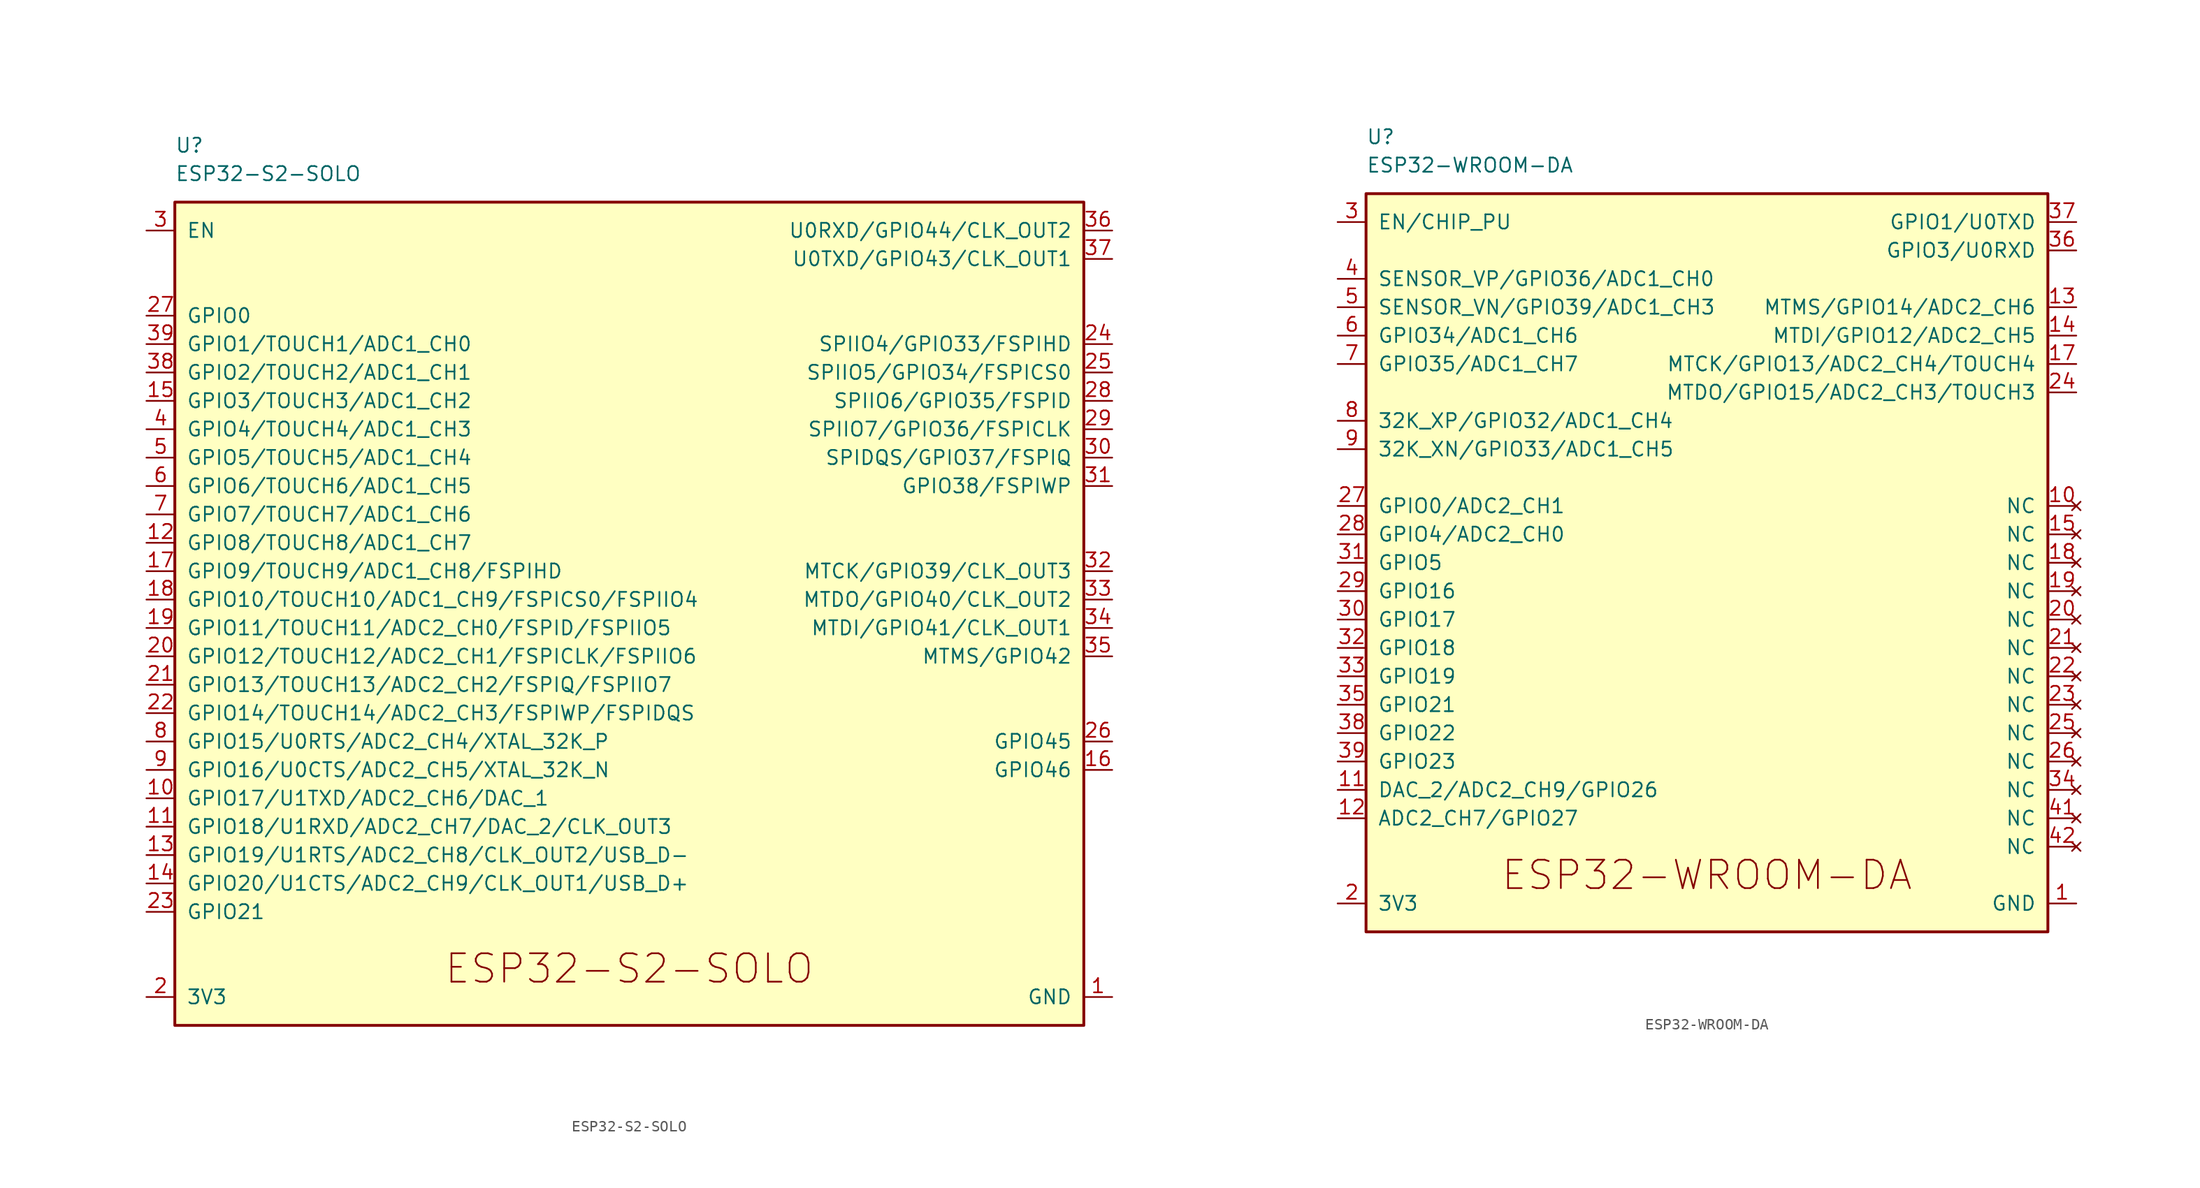
<source format=kicad_sym>
(kicad_symbol_lib
  (version 20231120)
  (generator "kicad_symbol_editor")
  (generator_version "8.0")
  (symbol "ESP32-S2-SOLO"
    (pin_names
      (offset 1.016))
    (property "Reference" "U"
      (at -40.64 45.72 0)
      (effects (font (size 1.27 1.27)) (justify left)))
    (property "Value" "ESP32-S2-SOLO"
      (at -40.64 43.18 0)
      (effects (font (size 1.27 1.27)) (justify left)))
    (symbol "ESP32-S2-SOLO_0_1"
      (rectangle (start -40.64 40.64) (end 40.64 -33.02) (stroke (width 0.254) (type default)) (fill (type background))))
    (symbol "ESP32-S2-SOLO_1_1"
      (text "ESP32-S2-SOLO" (at 0 -27.94 0) (effects (font (size 2.54 2.54))))
      (pin power_in line (at 43.18 -30.48 180) (length 2.54) (name "GND" (effects (font (size 1.27 1.27)))) (number "1" (effects (font (size 1.27 1.27)))))
      (pin bidirectional line (at -43.18 -12.7 0) (length 2.54) (name "GPIO17/U1TXD/ADC2_CH6/DAC_1" (effects (font (size 1.27 1.27)))) (number "10" (effects (font (size 1.27 1.27)))))
      (pin bidirectional line (at -43.18 -15.24 0) (length 2.54) (name "GPIO18/U1RXD/ADC2_CH7/DAC_2/CLK_OUT3" (effects (font (size 1.27 1.27)))) (number "11" (effects (font (size 1.27 1.27)))))
      (pin bidirectional line (at -43.18 10.16 0) (length 2.54) (name "GPIO8/TOUCH8/ADC1_CH7" (effects (font (size 1.27 1.27)))) (number "12" (effects (font (size 1.27 1.27)))))
      (pin bidirectional line (at -43.18 -17.78 0) (length 2.54) (name "GPIO19/U1RTS/ADC2_CH8/CLK_OUT2/USB_D-" (effects (font (size 1.27 1.27)))) (number "13" (effects (font (size 1.27 1.27)))))
      (pin bidirectional line (at -43.18 -20.32 0) (length 2.54) (name "GPIO20/U1CTS/ADC2_CH9/CLK_OUT1/USB_D+" (effects (font (size 1.27 1.27)))) (number "14" (effects (font (size 1.27 1.27)))))
      (pin bidirectional line (at -43.18 22.86 0) (length 2.54) (name "GPIO3/TOUCH3/ADC1_CH2" (effects (font (size 1.27 1.27)))) (number "15" (effects (font (size 1.27 1.27)))))
      (pin input line (at 43.18 -10.16 180) (length 2.54) (name "GPIO46" (effects (font (size 1.27 1.27)))) (number "16" (effects (font (size 1.27 1.27)))))
      (pin bidirectional line (at -43.18 7.62 0) (length 2.54) (name "GPIO9/TOUCH9/ADC1_CH8/FSPIHD" (effects (font (size 1.27 1.27)))) (number "17" (effects (font (size 1.27 1.27)))))
      (pin bidirectional line (at -43.18 5.08 0) (length 2.54) (name "GPIO10/TOUCH10/ADC1_CH9/FSPICS0/FSPIIO4" (effects (font (size 1.27 1.27)))) (number "18" (effects (font (size 1.27 1.27)))))
      (pin bidirectional line (at -43.18 2.54 0) (length 2.54) (name "GPIO11/TOUCH11/ADC2_CH0/FSPID/FSPIIO5" (effects (font (size 1.27 1.27)))) (number "19" (effects (font (size 1.27 1.27)))))
      (pin power_in line (at -43.18 -30.48 0) (length 2.54) (name "3V3" (effects (font (size 1.27 1.27)))) (number "2" (effects (font (size 1.27 1.27)))))
      (pin bidirectional line (at -43.18 0 0) (length 2.54) (name "GPIO12/TOUCH12/ADC2_CH1/FSPICLK/FSPIIO6" (effects (font (size 1.27 1.27)))) (number "20" (effects (font (size 1.27 1.27)))))
      (pin bidirectional line (at -43.18 -2.54 0) (length 2.54) (name "GPIO13/TOUCH13/ADC2_CH2/FSPIQ/FSPIIO7" (effects (font (size 1.27 1.27)))) (number "21" (effects (font (size 1.27 1.27)))))
      (pin bidirectional line (at -43.18 -5.08 0) (length 2.54) (name "GPIO14/TOUCH14/ADC2_CH3/FSPIWP/FSPIDQS" (effects (font (size 1.27 1.27)))) (number "22" (effects (font (size 1.27 1.27)))))
      (pin bidirectional line (at -43.18 -22.86 0) (length 2.54) (name "GPIO21" (effects (font (size 1.27 1.27)))) (number "23" (effects (font (size 1.27 1.27)))))
      (pin bidirectional line (at 43.18 27.94 180) (length 2.54) (name "SPIIO4/GPIO33/FSPIHD" (effects (font (size 1.27 1.27)))) (number "24" (effects (font (size 1.27 1.27)))))
      (pin bidirectional line (at 43.18 25.4 180) (length 2.54) (name "SPIIO5/GPIO34/FSPICS0" (effects (font (size 1.27 1.27)))) (number "25" (effects (font (size 1.27 1.27)))))
      (pin bidirectional line (at 43.18 -7.62 180) (length 2.54) (name "GPIO45" (effects (font (size 1.27 1.27)))) (number "26" (effects (font (size 1.27 1.27)))))
      (pin bidirectional line (at -43.18 30.48 0) (length 2.54) (name "GPIO0" (effects (font (size 1.27 1.27)))) (number "27" (effects (font (size 1.27 1.27)))))
      (pin bidirectional line (at 43.18 22.86 180) (length 2.54) (name "SPIIO6/GPIO35/FSPID" (effects (font (size 1.27 1.27)))) (number "28" (effects (font (size 1.27 1.27)))))
      (pin bidirectional line (at 43.18 20.32 180) (length 2.54) (name "SPIIO7/GPIO36/FSPICLK" (effects (font (size 1.27 1.27)))) (number "29" (effects (font (size 1.27 1.27)))))
      (pin bidirectional line (at -43.18 38.1 0) (length 2.54) (name "EN" (effects (font (size 1.27 1.27)))) (number "3" (effects (font (size 1.27 1.27)))))
      (pin bidirectional line (at 43.18 17.78 180) (length 2.54) (name "SPIDQS/GPIO37/FSPIQ" (effects (font (size 1.27 1.27)))) (number "30" (effects (font (size 1.27 1.27)))))
      (pin bidirectional line (at 43.18 15.24 180) (length 2.54) (name "GPIO38/FSPIWP" (effects (font (size 1.27 1.27)))) (number "31" (effects (font (size 1.27 1.27)))))
      (pin bidirectional line (at 43.18 7.62 180) (length 2.54) (name "MTCK/GPIO39/CLK_OUT3" (effects (font (size 1.27 1.27)))) (number "32" (effects (font (size 1.27 1.27)))))
      (pin bidirectional line (at 43.18 5.08 180) (length 2.54) (name "MTDO/GPIO40/CLK_OUT2" (effects (font (size 1.27 1.27)))) (number "33" (effects (font (size 1.27 1.27)))))
      (pin bidirectional line (at 43.18 2.54 180) (length 2.54) (name "MTDI/GPIO41/CLK_OUT1" (effects (font (size 1.27 1.27)))) (number "34" (effects (font (size 1.27 1.27)))))
      (pin bidirectional line (at 43.18 0 180) (length 2.54) (name "MTMS/GPIO42" (effects (font (size 1.27 1.27)))) (number "35" (effects (font (size 1.27 1.27)))))
      (pin bidirectional line (at 43.18 38.1 180) (length 2.54) (name "U0RXD/GPIO44/CLK_OUT2" (effects (font (size 1.27 1.27)))) (number "36" (effects (font (size 1.27 1.27)))))
      (pin bidirectional line (at 43.18 35.56 180) (length 2.54) (name "U0TXD/GPIO43/CLK_OUT1" (effects (font (size 1.27 1.27)))) (number "37" (effects (font (size 1.27 1.27)))))
      (pin bidirectional line (at -43.18 25.4 0) (length 2.54) (name "GPIO2/TOUCH2/ADC1_CH1" (effects (font (size 1.27 1.27)))) (number "38" (effects (font (size 1.27 1.27)))))
      (pin bidirectional line (at -43.18 27.94 0) (length 2.54) (name "GPIO1/TOUCH1/ADC1_CH0" (effects (font (size 1.27 1.27)))) (number "39" (effects (font (size 1.27 1.27)))))
      (pin bidirectional line (at -43.18 20.32 0) (length 2.54) (name "GPIO4/TOUCH4/ADC1_CH3" (effects (font (size 1.27 1.27)))) (number "4" (effects (font (size 1.27 1.27)))))
      (pin passive line (at 43.18 -30.48 180) (length 2.54) hide (name "GND" (effects (font (size 1.27 1.27)))) (number "40" (effects (font (size 1.27 1.27)))))
      (pin passive line (at 43.18 -30.48 180) (length 2.54) hide (name "GND" (effects (font (size 1.27 1.27)))) (number "41" (effects (font (size 1.27 1.27)))))
      (pin bidirectional line (at -43.18 17.78 0) (length 2.54) (name "GPIO5/TOUCH5/ADC1_CH4" (effects (font (size 1.27 1.27)))) (number "5" (effects (font (size 1.27 1.27)))))
      (pin bidirectional line (at -43.18 15.24 0) (length 2.54) (name "GPIO6/TOUCH6/ADC1_CH5" (effects (font (size 1.27 1.27)))) (number "6" (effects (font (size 1.27 1.27)))))
      (pin bidirectional line (at -43.18 12.7 0) (length 2.54) (name "GPIO7/TOUCH7/ADC1_CH6" (effects (font (size 1.27 1.27)))) (number "7" (effects (font (size 1.27 1.27)))))
      (pin bidirectional line (at -43.18 -7.62 0) (length 2.54) (name "GPIO15/U0RTS/ADC2_CH4/XTAL_32K_P" (effects (font (size 1.27 1.27)))) (number "8" (effects (font (size 1.27 1.27)))))
      (pin bidirectional line (at -43.18 -10.16 0) (length 2.54) (name "GPIO16/U0CTS/ADC2_CH5/XTAL_32K_N" (effects (font (size 1.27 1.27)))) (number "9" (effects (font (size 1.27 1.27)))))))
  (symbol "ESP32-WROOM-DA"
    (pin_names
      (offset 1.016))
    (property "Reference" "U"
      (at -30.48 38.1 0)
      (effects (font (size 1.27 1.27)) (justify left)))
    (property "Value" "ESP32-WROOM-DA"
      (at -30.48 35.56 0)
      (effects (font (size 1.27 1.27)) (justify left)))
    (symbol "ESP32-WROOM-DA_0_0"
      (pin power_in line (at 33.02 -30.48 180) (length 2.54) (name "GND" (effects (font (size 1.27 1.27)))) (number "1" (effects (font (size 1.27 1.27)))))
      (pin power_in line (at 33.02 -30.48 180) (length 2.54) hide (name "GND" (effects (font (size 1.27 1.27)))) (number "40" (effects (font (size 1.27 1.27)))))
      (pin no_connect line (at 33.02 -22.86 180) (length 2.54) (name "NC" (effects (font (size 1.27 1.27)))) (number "41" (effects (font (size 1.27 1.27)))))
      (pin no_connect line (at 33.02 -25.4 180) (length 2.54) (name "NC" (effects (font (size 1.27 1.27)))) (number "42" (effects (font (size 1.27 1.27)))))
      (pin power_in line (at 33.02 -30.48 180) (length 2.54) hide (name "GND" (effects (font (size 1.27 1.27)))) (number "43" (effects (font (size 1.27 1.27))))))
    (symbol "ESP32-WROOM-DA_0_1"
      (rectangle (start -30.48 33.02) (end 30.48 -33.02) (stroke (width 0.254) (type default)) (fill (type background))))
    (symbol "ESP32-WROOM-DA_1_1"
      (text "ESP32-WROOM-DA" (at 0 -27.94 0) (effects (font (size 2.54 2.54))))
      (pin no_connect line (at 33.02 5.08 180) (length 2.54) (name "NC" (effects (font (size 1.27 1.27)))) (number "10" (effects (font (size 1.27 1.27)))))
      (pin bidirectional line (at -33.02 -20.32 0) (length 2.54) (name "DAC_2/ADC2_CH9/GPIO26" (effects (font (size 1.27 1.27)))) (number "11" (effects (font (size 1.27 1.27)))))
      (pin bidirectional line (at -33.02 -22.86 0) (length 2.54) (name "ADC2_CH7/GPIO27" (effects (font (size 1.27 1.27)))) (number "12" (effects (font (size 1.27 1.27)))))
      (pin bidirectional line (at 33.02 22.86 180) (length 2.54) (name "MTMS/GPIO14/ADC2_CH6" (effects (font (size 1.27 1.27)))) (number "13" (effects (font (size 1.27 1.27)))))
      (pin bidirectional line (at 33.02 20.32 180) (length 2.54) (name "MTDI/GPIO12/ADC2_CH5" (effects (font (size 1.27 1.27)))) (number "14" (effects (font (size 1.27 1.27)))))
      (pin no_connect line (at 33.02 2.54 180) (length 2.54) (name "NC" (effects (font (size 1.27 1.27)))) (number "15" (effects (font (size 1.27 1.27)))))
      (pin power_in line (at 33.02 -30.48 180) (length 2.54) hide (name "GND" (effects (font (size 1.27 1.27)))) (number "16" (effects (font (size 1.27 1.27)))))
      (pin bidirectional line (at 33.02 17.78 180) (length 2.54) (name "MTCK/GPIO13/ADC2_CH4/TOUCH4" (effects (font (size 1.27 1.27)))) (number "17" (effects (font (size 1.27 1.27)))))
      (pin no_connect line (at 33.02 0 180) (length 2.54) (name "NC" (effects (font (size 1.27 1.27)))) (number "18" (effects (font (size 1.27 1.27)))))
      (pin no_connect line (at 33.02 -2.54 180) (length 2.54) (name "NC" (effects (font (size 1.27 1.27)))) (number "19" (effects (font (size 1.27 1.27)))))
      (pin power_in line (at -33.02 -30.48 0) (length 2.54) (name "3V3" (effects (font (size 1.27 1.27)))) (number "2" (effects (font (size 1.27 1.27)))))
      (pin no_connect line (at 33.02 -5.08 180) (length 2.54) (name "NC" (effects (font (size 1.27 1.27)))) (number "20" (effects (font (size 1.27 1.27)))))
      (pin no_connect line (at 33.02 -7.62 180) (length 2.54) (name "NC" (effects (font (size 1.27 1.27)))) (number "21" (effects (font (size 1.27 1.27)))))
      (pin no_connect line (at 33.02 -10.16 180) (length 2.54) (name "NC" (effects (font (size 1.27 1.27)))) (number "22" (effects (font (size 1.27 1.27)))))
      (pin no_connect line (at 33.02 -12.7 180) (length 2.54) (name "NC" (effects (font (size 1.27 1.27)))) (number "23" (effects (font (size 1.27 1.27)))))
      (pin bidirectional line (at 33.02 15.24 180) (length 2.54) (name "MTDO/GPIO15/ADC2_CH3/TOUCH3" (effects (font (size 1.27 1.27)))) (number "24" (effects (font (size 1.27 1.27)))))
      (pin no_connect line (at 33.02 -15.24 180) (length 2.54) (name "NC" (effects (font (size 1.27 1.27)))) (number "25" (effects (font (size 1.27 1.27)))))
      (pin no_connect line (at 33.02 -17.78 180) (length 2.54) (name "NC" (effects (font (size 1.27 1.27)))) (number "26" (effects (font (size 1.27 1.27)))))
      (pin bidirectional line (at -33.02 5.08 0) (length 2.54) (name "GPIO0/ADC2_CH1" (effects (font (size 1.27 1.27)))) (number "27" (effects (font (size 1.27 1.27)))))
      (pin bidirectional line (at -33.02 2.54 0) (length 2.54) (name "GPIO4/ADC2_CH0" (effects (font (size 1.27 1.27)))) (number "28" (effects (font (size 1.27 1.27)))))
      (pin bidirectional line (at -33.02 -2.54 0) (length 2.54) (name "GPIO16" (effects (font (size 1.27 1.27)))) (number "29" (effects (font (size 1.27 1.27)))))
      (pin input line (at -33.02 30.48 0) (length 2.54) (name "EN/CHIP_PU" (effects (font (size 1.27 1.27)))) (number "3" (effects (font (size 1.27 1.27)))))
      (pin bidirectional line (at -33.02 -5.08 0) (length 2.54) (name "GPIO17" (effects (font (size 1.27 1.27)))) (number "30" (effects (font (size 1.27 1.27)))))
      (pin bidirectional line (at -33.02 0 0) (length 2.54) (name "GPIO5" (effects (font (size 1.27 1.27)))) (number "31" (effects (font (size 1.27 1.27)))))
      (pin bidirectional line (at -33.02 -7.62 0) (length 2.54) (name "GPIO18" (effects (font (size 1.27 1.27)))) (number "32" (effects (font (size 1.27 1.27)))))
      (pin bidirectional line (at -33.02 -10.16 0) (length 2.54) (name "GPIO19" (effects (font (size 1.27 1.27)))) (number "33" (effects (font (size 1.27 1.27)))))
      (pin no_connect line (at 33.02 -20.32 180) (length 2.54) (name "NC" (effects (font (size 1.27 1.27)))) (number "34" (effects (font (size 1.27 1.27)))))
      (pin bidirectional line (at -33.02 -12.7 0) (length 2.54) (name "GPIO21" (effects (font (size 1.27 1.27)))) (number "35" (effects (font (size 1.27 1.27)))))
      (pin bidirectional line (at 33.02 27.94 180) (length 2.54) (name "GPIO3/U0RXD" (effects (font (size 1.27 1.27)))) (number "36" (effects (font (size 1.27 1.27)))))
      (pin bidirectional line (at 33.02 30.48 180) (length 2.54) (name "GPIO1/U0TXD" (effects (font (size 1.27 1.27)))) (number "37" (effects (font (size 1.27 1.27)))))
      (pin bidirectional line (at -33.02 -15.24 0) (length 2.54) (name "GPIO22" (effects (font (size 1.27 1.27)))) (number "38" (effects (font (size 1.27 1.27)))))
      (pin bidirectional line (at -33.02 -17.78 0) (length 2.54) (name "GPIO23" (effects (font (size 1.27 1.27)))) (number "39" (effects (font (size 1.27 1.27)))))
      (pin input line (at -33.02 25.4 0) (length 2.54) (name "SENSOR_VP/GPIO36/ADC1_CH0" (effects (font (size 1.27 1.27)))) (number "4" (effects (font (size 1.27 1.27)))))
      (pin input line (at -33.02 22.86 0) (length 2.54) (name "SENSOR_VN/GPIO39/ADC1_CH3" (effects (font (size 1.27 1.27)))) (number "5" (effects (font (size 1.27 1.27)))))
      (pin input line (at -33.02 20.32 0) (length 2.54) (name "GPIO34/ADC1_CH6" (effects (font (size 1.27 1.27)))) (number "6" (effects (font (size 1.27 1.27)))))
      (pin input line (at -33.02 17.78 0) (length 2.54) (name "GPIO35/ADC1_CH7" (effects (font (size 1.27 1.27)))) (number "7" (effects (font (size 1.27 1.27)))))
      (pin bidirectional line (at -33.02 12.7 0) (length 2.54) (name "32K_XP/GPIO32/ADC1_CH4" (effects (font (size 1.27 1.27)))) (number "8" (effects (font (size 1.27 1.27)))))
      (pin bidirectional line (at -33.02 10.16 0) (length 2.54) (name "32K_XN/GPIO33/ADC1_CH5" (effects (font (size 1.27 1.27)))) (number "9" (effects (font (size 1.27 1.27))))))))
</source>
